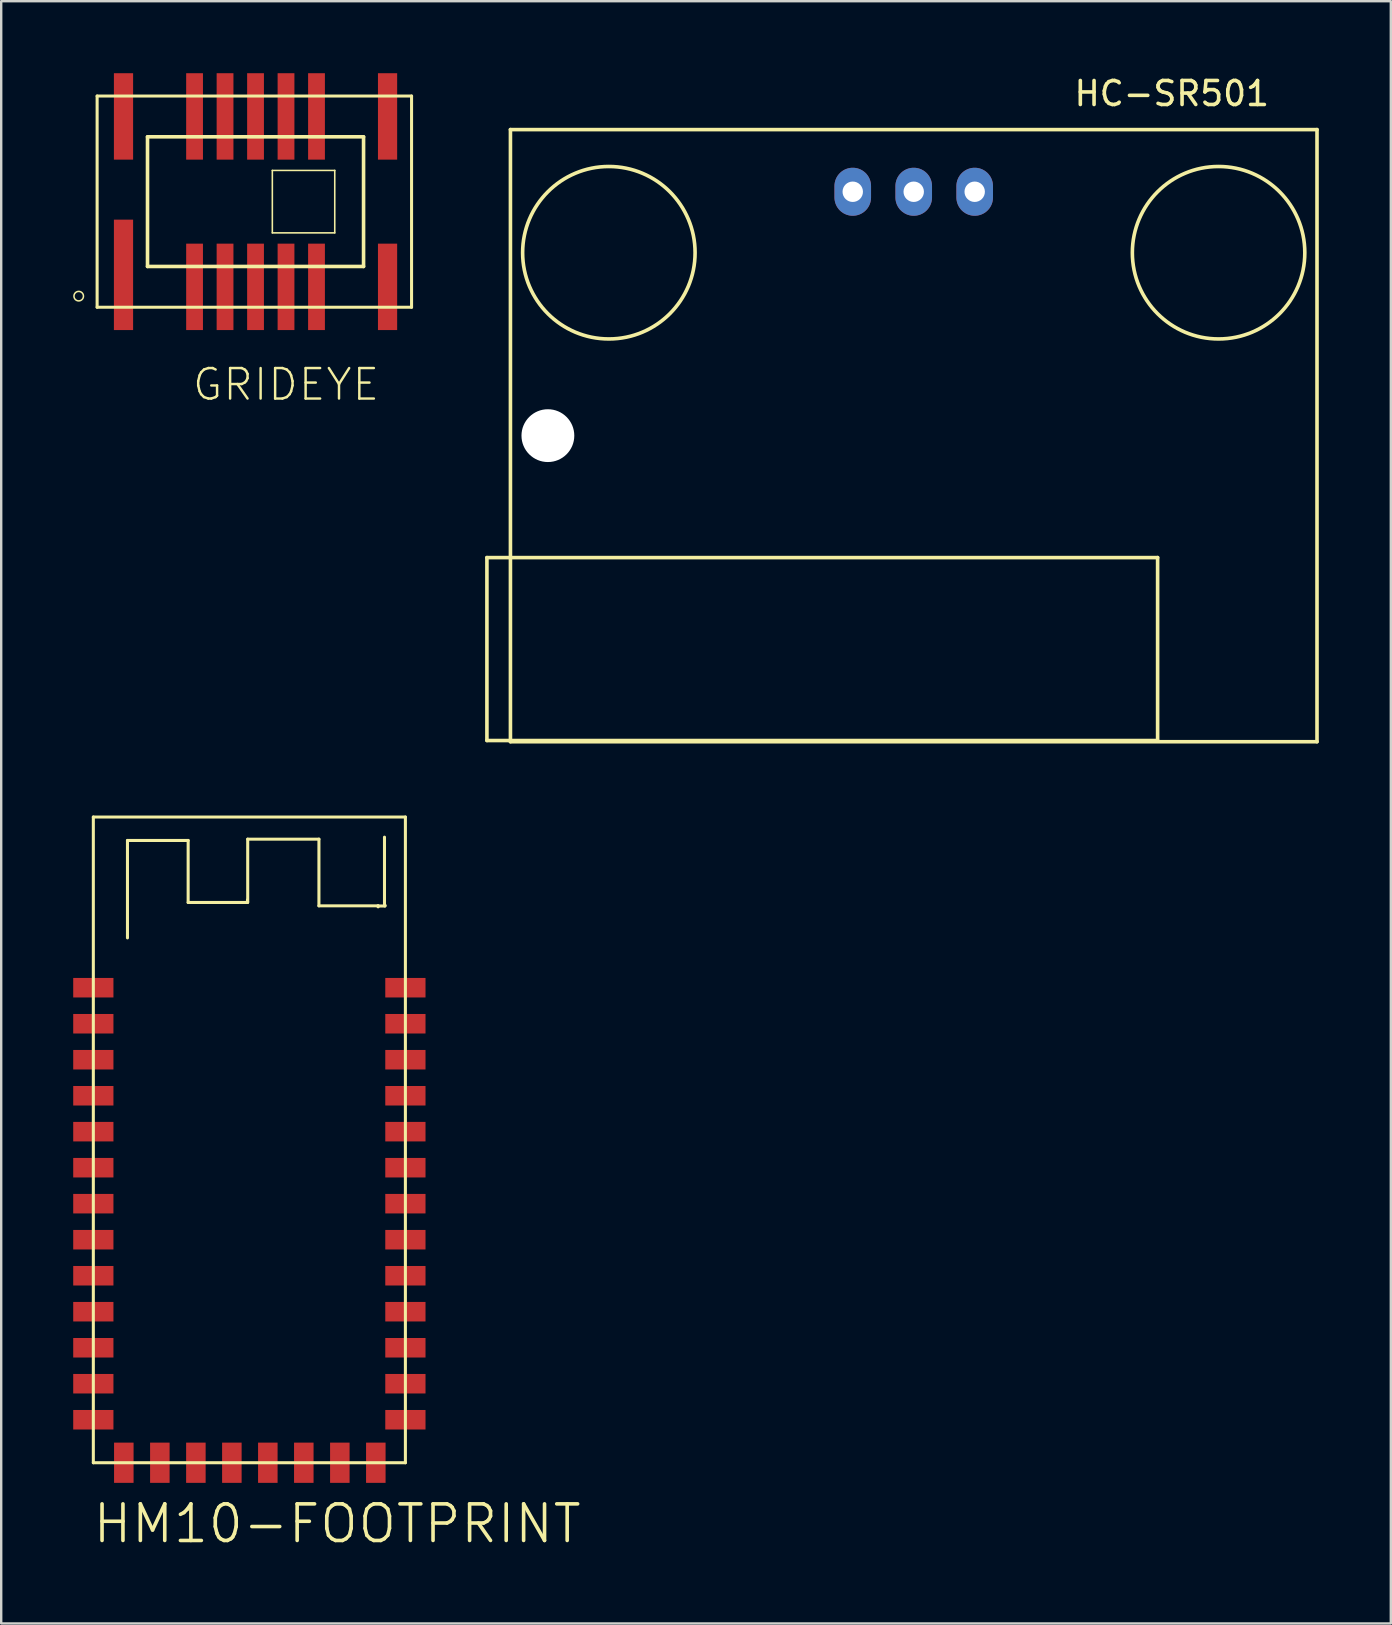
<source format=kicad_pcb>
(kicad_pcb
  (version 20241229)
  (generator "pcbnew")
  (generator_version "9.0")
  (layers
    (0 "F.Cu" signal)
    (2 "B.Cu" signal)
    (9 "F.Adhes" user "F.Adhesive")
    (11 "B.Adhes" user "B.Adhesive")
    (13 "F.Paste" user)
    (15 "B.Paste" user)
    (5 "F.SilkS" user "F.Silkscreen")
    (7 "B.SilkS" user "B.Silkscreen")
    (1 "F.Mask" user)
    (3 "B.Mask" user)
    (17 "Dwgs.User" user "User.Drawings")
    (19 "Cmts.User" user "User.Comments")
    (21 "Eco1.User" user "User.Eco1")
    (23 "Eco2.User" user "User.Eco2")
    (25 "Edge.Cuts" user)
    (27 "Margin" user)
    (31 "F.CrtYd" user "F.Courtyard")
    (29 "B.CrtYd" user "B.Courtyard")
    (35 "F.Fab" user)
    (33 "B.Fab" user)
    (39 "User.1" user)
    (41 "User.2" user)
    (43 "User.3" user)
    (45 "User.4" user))
  (footprint "HM10-FOOTPRINT"
    (layer "F.Cu")
    (at 7.188 43.915)
    (property "Reference" "HM10-FOOTPRINT" (at 3.81 16.51 0) (layer "F.SilkS") (effects (font (size 1.524 1.524) (thickness 0.15))))
    (attr smd)
    (fp_line (start -6.35 -12.929) (end 6.65 -12.929) (stroke (width 0.127) (type solid)) (layer "F.SilkS"))
    (fp_line (start -6.35 13.97) (end -6.35 -12.929) (stroke (width 0.127) (type solid)) (layer "F.SilkS"))
    (fp_line (start -6.35 13.97) (end 6.65 13.97) (stroke (width 0.127) (type solid)) (layer "F.SilkS"))
    (fp_line (start -4.928 -11.953) (end -2.4 -11.953) (stroke (width 0.127) (type solid)) (layer "F.SilkS"))
    (fp_line (start -4.928 -7.894) (end -4.928 -11.953) (stroke (width 0.127) (type solid)) (layer "F.SilkS"))
    (fp_line (start -2.4 -11.953) (end -2.4 -9.37) (stroke (width 0.127) (type solid)) (layer "F.SilkS"))
    (fp_line (start -2.4 -9.37) (end 0.071 -9.37) (stroke (width 0.127) (type solid)) (layer "F.SilkS"))
    (fp_line (start 0.069 -9.385) (end 0.081 -9.385) (stroke (width 0.127) (type solid)) (layer "F.SilkS"))
    (fp_line (start 0.071 -9.37) (end 0.071 -9.477) (stroke (width 0.127) (type solid)) (layer "F.SilkS"))
    (fp_line (start 0.081 -12.007) (end 3.048 -12.007) (stroke (width 0.127) (type solid)) (layer "F.SilkS"))
    (fp_line (start 0.081 -9.385) (end 0.081 -12.007) (stroke (width 0.127) (type solid)) (layer "F.SilkS"))
    (fp_line (start 3.048 -12.007) (end 3.048 -9.23) (stroke (width 0.127) (type solid)) (layer "F.SilkS"))
    (fp_line (start 3.048 -9.23) (end 5.514 -9.23) (stroke (width 0.127) (type solid)) (layer "F.SilkS"))
    (fp_line (start 5.497 -9.223) (end 5.796 -9.223) (stroke (width 0.127) (type solid)) (layer "F.SilkS"))
    (fp_line (start 5.514 -9.23) (end 5.514 -9.187) (stroke (width 0.127) (type solid)) (layer "F.SilkS"))
    (fp_line (start 5.779 -9.253) (end 5.779 -12.09) (stroke (width 0.127) (type solid)) (layer "F.SilkS"))
    (fp_line (start 5.796 -9.253) (end 5.779 -9.253) (stroke (width 0.127) (type solid)) (layer "F.SilkS"))
    (fp_line (start 5.796 -9.223) (end 5.796 -9.253) (stroke (width 0.127) (type solid)) (layer "F.SilkS"))
    (fp_line (start 6.65 13.97) (end 6.65 -12.929) (stroke (width 0.127) (type solid)) (layer "F.SilkS"))
    (pad "3.3V" smd rect (at -6.35 10.678) (size 1.676 0.813) (layers "F.Cu" "F.Mask" "F.Paste"))
    (pad "AIO0" smd rect (at -6.35 6.18) (size 1.676 0.813) (layers "F.Cu" "F.Mask" "F.Paste"))
    (pad "AIO1" smd rect (at -6.35 7.678) (size 1.676 0.813) (layers "F.Cu" "F.Mask" "F.Paste"))
    (pad "GND1" smd rect (at -6.35 12.179) (size 1.676 0.813) (layers "F.Cu" "F.Mask" "F.Paste"))
    (pad "GND2" smd rect (at -5.08 13.97 90) (size 1.676 0.813) (layers "F.Cu" "F.Mask" "F.Paste"))
    (pad "GND3" smd rect (at 5.418 13.97 90) (size 1.676 0.813) (layers "F.Cu" "F.Mask" "F.Paste"))
    (pad "GND4" smd rect (at 6.65 12.179) (size 1.676 0.813) (layers "F.Cu" "F.Mask" "F.Paste"))
    (pad "PCM_" smd rect (at -6.35 0.178) (size 1.676 0.813) (layers "F.Cu" "F.Mask" "F.Paste"))
    (pad "PCM_" smd rect (at -6.35 1.679) (size 1.676 0.813) (layers "F.Cu" "F.Mask" "F.Paste"))
    (pad "PCM_" smd rect (at -6.35 3.178) (size 1.676 0.813) (layers "F.Cu" "F.Mask" "F.Paste"))
    (pad "PCM_" smd rect (at -6.35 4.679) (size 1.676 0.813) (layers "F.Cu" "F.Mask" "F.Paste"))
    (pad "PIO0" smd rect (at 6.65 10.678) (size 1.676 0.813) (layers "F.Cu" "F.Mask" "F.Paste"))
    (pad "PIO1" smd rect (at 6.65 -5.819) (size 1.676 0.813) (layers "F.Cu" "F.Mask" "F.Paste"))
    (pad "PIO1" smd rect (at 6.65 -4.318) (size 1.676 0.813) (layers "F.Cu" "F.Mask" "F.Paste"))
    (pad "PIO1" smd rect (at 6.65 9.18) (size 1.676 0.813) (layers "F.Cu" "F.Mask" "F.Paste"))
    (pad "PIO2" smd rect (at 6.65 7.678) (size 1.676 0.813) (layers "F.Cu" "F.Mask" "F.Paste"))
    (pad "PIO3" smd rect (at 6.65 6.18) (size 1.676 0.813) (layers "F.Cu" "F.Mask" "F.Paste"))
    (pad "PIO4" smd rect (at 6.65 4.679) (size 1.676 0.813) (layers "F.Cu" "F.Mask" "F.Paste"))
    (pad "PIO5" smd rect (at 6.65 3.178) (size 1.676 0.813) (layers "F.Cu" "F.Mask" "F.Paste"))
    (pad "PIO6" smd rect (at 6.65 1.679) (size 1.676 0.813) (layers "F.Cu" "F.Mask" "F.Paste"))
    (pad "PIO7" smd rect (at 6.65 0.178) (size 1.676 0.813) (layers "F.Cu" "F.Mask" "F.Paste"))
    (pad "PIO8" smd rect (at 6.65 -1.318) (size 1.676 0.813) (layers "F.Cu" "F.Mask" "F.Paste"))
    (pad "PIO9" smd rect (at 6.65 -2.819) (size 1.676 0.813) (layers "F.Cu" "F.Mask" "F.Paste"))
    (pad "RESE" smd rect (at -6.35 9.18) (size 1.676 0.813) (layers "F.Cu" "F.Mask" "F.Paste"))
    (pad "SPI_" smd rect (at -2.078 13.97 90) (size 1.676 0.813) (layers "F.Cu" "F.Mask" "F.Paste"))
    (pad "SPI_" smd rect (at -0.579 13.97 90) (size 1.676 0.813) (layers "F.Cu" "F.Mask" "F.Paste"))
    (pad "SPI_" smd rect (at 0.919 13.97 90) (size 1.676 0.813) (layers "F.Cu" "F.Mask" "F.Paste"))
    (pad "SPI_" smd rect (at 2.418 13.97 90) (size 1.676 0.813) (layers "F.Cu" "F.Mask" "F.Paste"))
    (pad "UART" smd rect (at -6.35 -5.819) (size 1.676 0.813) (layers "F.Cu" "F.Mask" "F.Paste"))
    (pad "UART" smd rect (at -6.35 -4.318) (size 1.676 0.813) (layers "F.Cu" "F.Mask" "F.Paste"))
    (pad "UART" smd rect (at -6.35 -2.819) (size 1.676 0.813) (layers "F.Cu" "F.Mask" "F.Paste"))
    (pad "UART" smd rect (at -6.35 -1.318) (size 1.676 0.813) (layers "F.Cu" "F.Mask" "F.Paste"))
    (pad "USB_" smd rect (at -3.579 13.97 90) (size 1.676 0.813) (layers "F.Cu" "F.Mask" "F.Paste"))
    (pad "USB_" smd rect (at 3.919 13.97 90) (size 1.676 0.813) (layers "F.Cu" "F.Mask" "F.Paste")))
  (footprint "GRIDEYE"
    (layer "F.Cu")
    (at 7.595 5.35)
    (property "Reference" "GRIDEYE" (at 1.27 7.62 0) (layer "F.SilkS") (effects (font (size 1.27 1.27) (thickness 0.102))))
    (attr smd)
    (fp_line (start -6.599 -4.399) (end 6.5 -4.399) (stroke (width 0.127) (type solid)) (layer "F.SilkS"))
    (fp_line (start -6.599 4.399) (end -6.599 -4.399) (stroke (width 0.127) (type solid)) (layer "F.SilkS"))
    (fp_line (start -4.5 -2.7) (end 4.5 -2.7) (stroke (width 0.15) (type solid)) (layer "F.SilkS"))
    (fp_line (start -4.5 2.7) (end -4.5 -2.7) (stroke (width 0.15) (type solid)) (layer "F.SilkS"))
    (fp_line (start 0.7 -1.3) (end 3.3 -1.3) (stroke (width 0.066) (type solid)) (layer "F.SilkS"))
    (fp_line (start 0.7 1.3) (end 0.7 -1.3) (stroke (width 0.066) (type solid)) (layer "F.SilkS"))
    (fp_line (start 0.7 1.3) (end 3.3 1.3) (stroke (width 0.066) (type solid)) (layer "F.SilkS"))
    (fp_line (start 3.3 1.3) (end 3.3 -1.3) (stroke (width 0.066) (type solid)) (layer "F.SilkS"))
    (fp_line (start 4.5 -2.7) (end 4.5 2.7) (stroke (width 0.15) (type solid)) (layer "F.SilkS"))
    (fp_line (start 4.5 2.7) (end -4.5 2.7) (stroke (width 0.15) (type solid)) (layer "F.SilkS"))
    (fp_line (start 6.5 -4.399) (end 6.5 4.399) (stroke (width 0.127) (type solid)) (layer "F.SilkS"))
    (fp_line (start 6.5 4.399) (end -6.599 4.399) (stroke (width 0.127) (type solid)) (layer "F.SilkS"))
    (fp_circle (center -7.366 3.937) (end -7.506 4.077) (stroke (width 0.064) (type solid)) (fill no) (layer "F.SilkS"))
    (pad "1" smd rect (at -5.5 3.05) (size 0.8 4.6) (layers "F.Cu" "F.Mask" "F.Paste"))
    (pad "2" smd rect (at -2.54 3.55) (size 0.699 3.6) (layers "F.Cu" "F.Mask" "F.Paste"))
    (pad "3" smd rect (at -1.27 3.55) (size 0.7 3.6) (layers "F.Cu" "F.Mask" "F.Paste"))
    (pad "4" smd rect (at 0 3.55) (size 0.7 3.6) (layers "F.Cu" "F.Mask" "F.Paste"))
    (pad "5" smd rect (at 1.27 3.55) (size 0.7 3.6) (layers "F.Cu" "F.Mask" "F.Paste"))
    (pad "6" smd rect (at 2.54 3.55) (size 0.7 3.6) (layers "F.Cu" "F.Mask" "F.Paste"))
    (pad "7" smd rect (at 5.5 3.55) (size 0.8 3.6) (layers "F.Cu" "F.Mask" "F.Paste"))
    (pad "8" smd rect (at 5.5 -3.55) (size 0.8 3.6) (layers "F.Cu" "F.Mask" "F.Paste"))
    (pad "9" smd rect (at 2.54 -3.55) (size 0.7 3.6) (layers "F.Cu" "F.Mask" "F.Paste"))
    (pad "10" smd rect (at 1.27 -3.55) (size 0.7 3.6) (layers "F.Cu" "F.Mask" "F.Paste"))
    (pad "11" smd rect (at 0 -3.55) (size 0.7 3.6) (layers "F.Cu" "F.Mask" "F.Paste"))
    (pad "12" smd rect (at -1.27 -3.55) (size 0.7 3.6) (layers "F.Cu" "F.Mask" "F.Paste"))
    (pad "13" smd rect (at -2.54 -3.55) (size 0.7 3.6) (layers "F.Cu" "F.Mask" "F.Paste"))
    (pad "14" smd rect (at -5.5 -3.55) (size 0.8 3.6) (layers "F.Cu" "F.Mask" "F.Paste")))
  (footprint "HC-SR501"
    (layer "F.Cu")
    (at 35.014 15.098)
    (property "Reference" "HC-SR501" (at 10.75 -14.25 0) (layer "F.SilkS") (effects (font (size 1 1) (thickness 0.15))))
    (attr through_hole)
    (fp_line (start -17.78 5.08) (end 10.16 5.08) (stroke (width 0.15) (type solid)) (layer "F.SilkS"))
    (fp_line (start -17.78 12.7) (end -17.78 5.08) (stroke (width 0.15) (type solid)) (layer "F.SilkS"))
    (fp_line (start -16.8 -12.75) (end 16.8 -12.75) (stroke (width 0.15) (type solid)) (layer "F.SilkS"))
    (fp_line (start -16.8 12.75) (end -16.8 -12.75) (stroke (width 0.15) (type solid)) (layer "F.SilkS"))
    (fp_line (start 10.16 5.08) (end 10.16 12.7) (stroke (width 0.15) (type solid)) (layer "F.SilkS"))
    (fp_line (start 10.16 12.7) (end -17.78 12.7) (stroke (width 0.15) (type solid)) (layer "F.SilkS"))
    (fp_line (start 16.8 -12.75) (end 16.8 12.75) (stroke (width 0.15) (type solid)) (layer "F.SilkS"))
    (fp_line (start 16.8 12.75) (end -16.8 12.75) (stroke (width 0.15) (type solid)) (layer "F.SilkS"))
    (fp_circle (center -12.7 -7.62) (end -10.16 -5.08) (stroke (width 0.15) (type solid)) (fill no) (layer "F.SilkS"))
    (fp_circle (center 12.7 -7.62) (end 15.24 -5.08) (stroke (width 0.15) (type solid)) (fill no) (layer "F.SilkS"))
    (pad "" np_thru_hole circle (at -15.24 0) (size 2.2 2.2) (drill 2.2) (layers "*.Cu" "*.Mask"))
    (pad "1" thru_hole oval (at -2.54 -10.16) (size 1.524 2) (drill 0.85) (layers "*.Cu" "*.Mask"))
    (pad "2" thru_hole oval (at 0 -10.16) (size 1.524 2) (drill 0.85) (layers "*.Cu" "*.Mask"))
    (pad "3" thru_hole oval (at 2.54 -10.16) (size 1.524 2) (drill 0.85) (layers "*.Cu" "*.Mask")))
  (gr_rect
    (start -3 -3)
    (end 54.889 64.58)
    (stroke (width 0.1) (type default))
    (fill no)
    (layer "Edge.Cuts")))
</source>
